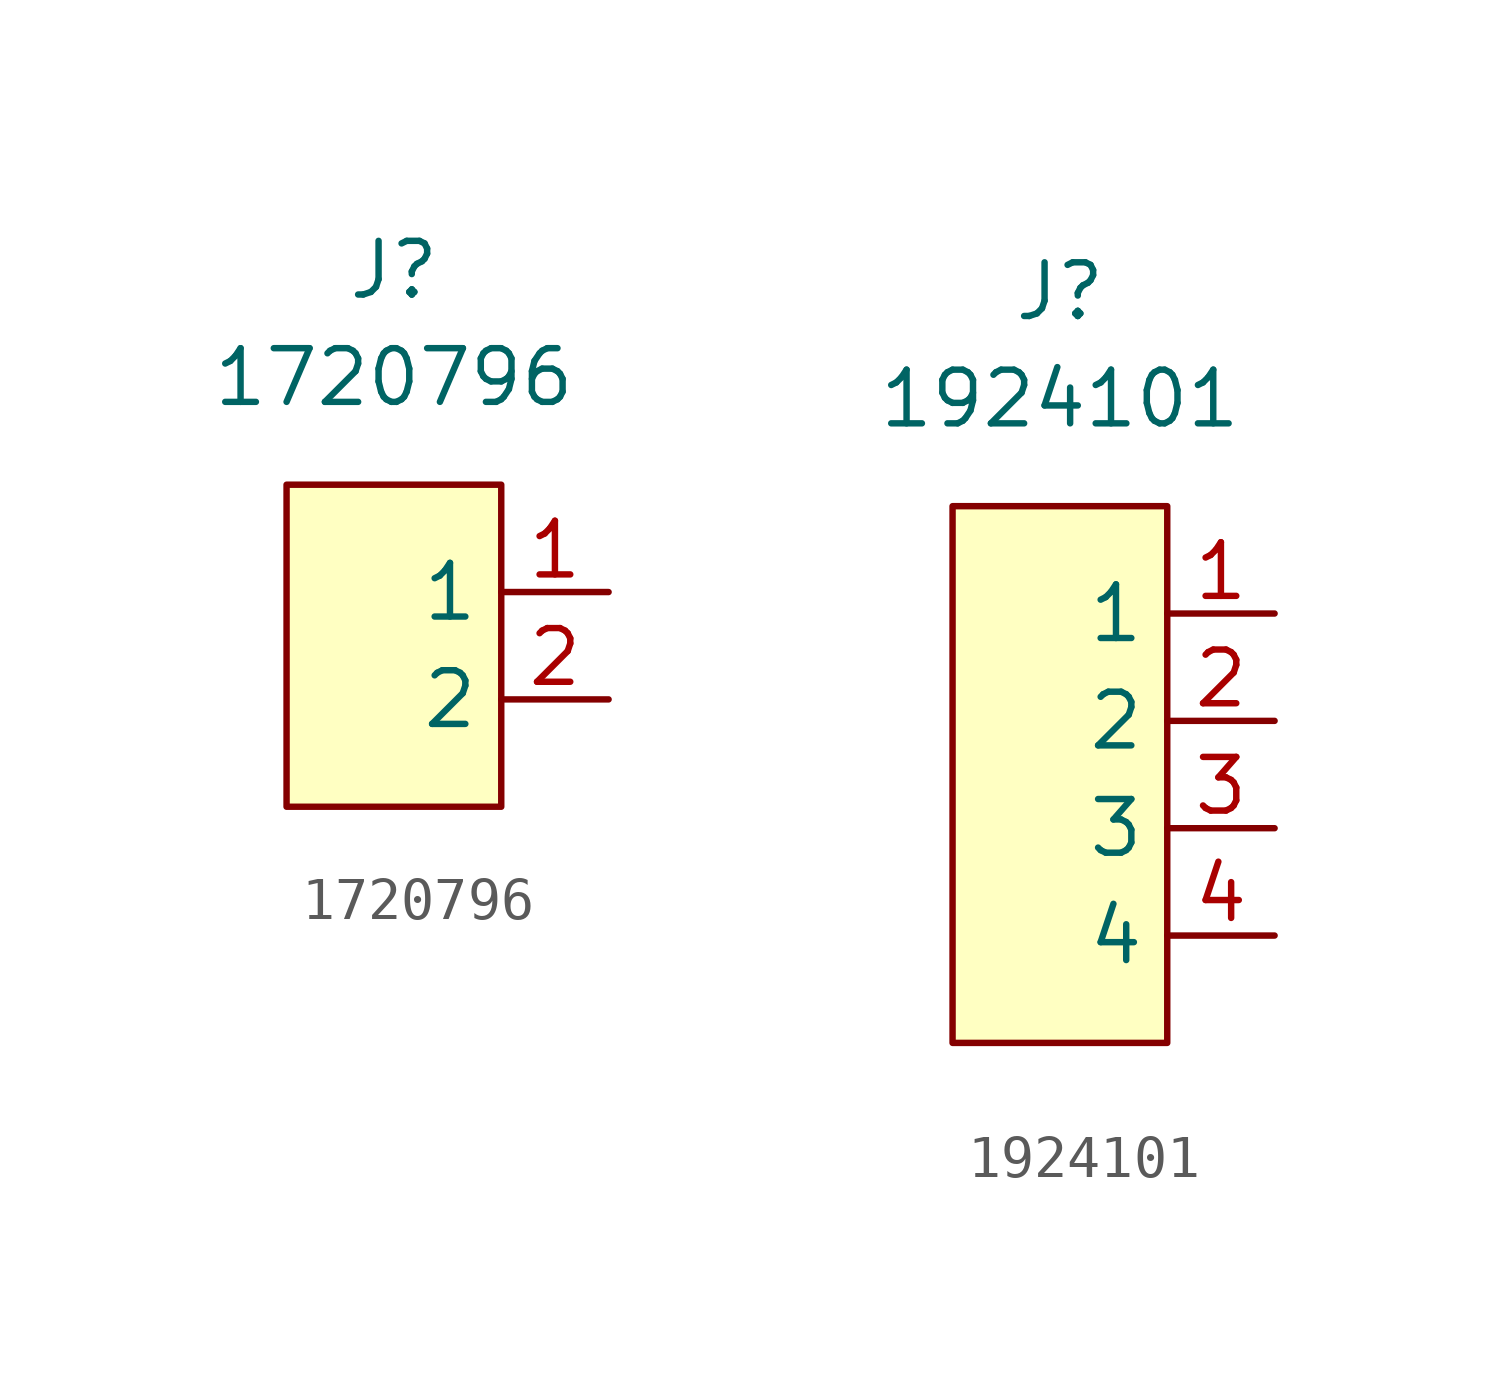
<source format=kicad_sym>
(kicad_symbol_lib
  (version 20220914)
  (generator kicad_symbol_editor)
  (symbol "1720796"
    (property "Reference" "J"
      (at -5.08 7.62 0)
      (effects (font (size 1.27 1.27))))
    (property "Value" "1720796"
      (at -5.08 5.08 0)
      (effects (font (size 1.27 1.27))))
    (symbol "1720796_1_1"
      (rectangle (start -7.62 2.54) (end -2.54 -5.08) (stroke (width 0) (type default)) (fill (type background)))
      (pin passive line (at 0 0 180) (length 2.54) (name "1" (effects (font (size 1.27 1.27)))) (number "1" (effects (font (size 1.27 1.27)))))
      (pin passive line (at 0 -2.54 180) (length 2.54) (name "2" (effects (font (size 1.27 1.27)))) (number "2" (effects (font (size 1.27 1.27)))))))
  (symbol "1924101"
    (property "Reference" "J"
      (at 0 10.16 0)
      (effects (font (size 1.27 1.27))))
    (property "Value" "1924101"
      (at 0 7.62 0)
      (effects (font (size 1.27 1.27))))
    (symbol "1924101_1_1"
      (rectangle (start -2.54 5.08) (end 2.54 -7.62) (stroke (width 0) (type default)) (fill (type background)))
      (pin passive line (at 5.08 2.54 180) (length 2.54) (name "1" (effects (font (size 1.27 1.27)))) (number "1" (effects (font (size 1.27 1.27)))))
      (pin passive line (at 5.08 0 180) (length 2.54) (name "2" (effects (font (size 1.27 1.27)))) (number "2" (effects (font (size 1.27 1.27)))))
      (pin passive line (at 5.08 -2.54 180) (length 2.54) (name "3" (effects (font (size 1.27 1.27)))) (number "3" (effects (font (size 1.27 1.27)))))
      (pin passive line (at 5.08 -5.08 180) (length 2.54) (name "4" (effects (font (size 1.27 1.27)))) (number "4" (effects (font (size 1.27 1.27))))))))
</source>
